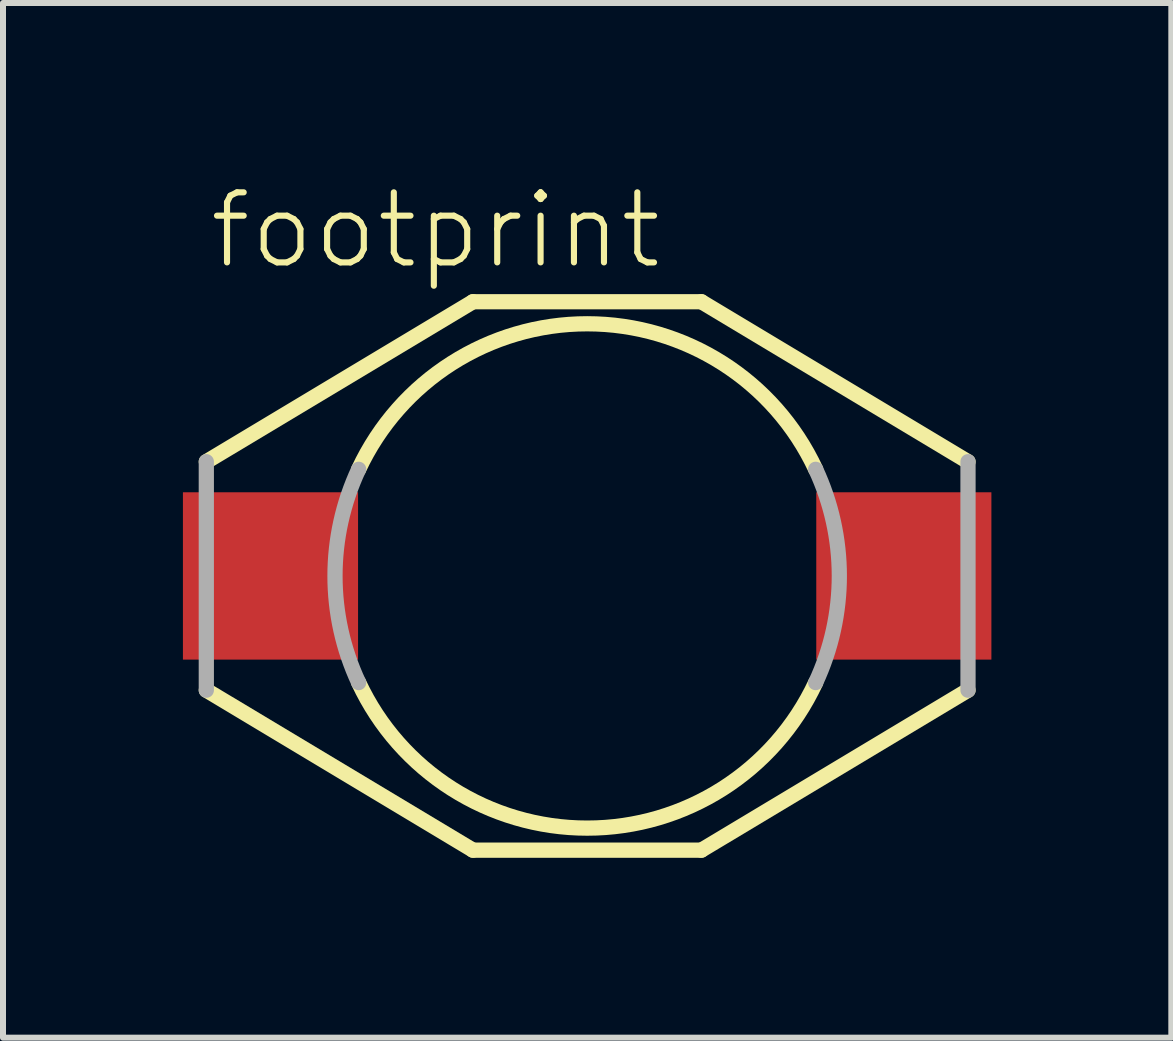
<source format=kicad_pcb>
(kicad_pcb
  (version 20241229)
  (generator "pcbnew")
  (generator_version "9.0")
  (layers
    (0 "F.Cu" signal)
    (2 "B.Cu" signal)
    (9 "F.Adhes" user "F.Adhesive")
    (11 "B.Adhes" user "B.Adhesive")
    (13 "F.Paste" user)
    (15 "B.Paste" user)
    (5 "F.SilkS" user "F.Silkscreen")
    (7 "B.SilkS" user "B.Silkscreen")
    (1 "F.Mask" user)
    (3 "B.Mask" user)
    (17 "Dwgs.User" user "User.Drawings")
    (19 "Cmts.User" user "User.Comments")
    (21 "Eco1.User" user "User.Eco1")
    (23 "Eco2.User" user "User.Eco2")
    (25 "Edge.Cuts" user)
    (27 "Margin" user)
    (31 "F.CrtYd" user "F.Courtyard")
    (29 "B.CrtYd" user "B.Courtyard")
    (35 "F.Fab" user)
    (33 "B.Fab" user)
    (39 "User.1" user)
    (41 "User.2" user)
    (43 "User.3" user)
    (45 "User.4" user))
  (footprint "footprint"
    (layer "F.Cu")
    (at 6.74 6.553)
    (property "Reference" "footprint" (at -6.35 -5.08 0) (layer "F.SilkS") (effects (font (size 1.168 1.168) (thickness 0.102)) (justify left bottom)))
    (fp_line (start -6.35 -1.905) (end -1.905 -4.572) (stroke (width 0.254) (type solid)) (layer "F.SilkS"))
    (fp_line (start -6.35 1.905) (end -1.905 4.572) (stroke (width 0.254) (type solid)) (layer "F.SilkS"))
    (fp_line (start -1.905 -4.572) (end 1.905 -4.572) (stroke (width 0.254) (type solid)) (layer "F.SilkS"))
    (fp_line (start -1.905 4.572) (end 1.905 4.572) (stroke (width 0.254) (type solid)) (layer "F.SilkS"))
    (fp_line (start 6.35 -1.905) (end 1.905 -4.572) (stroke (width 0.254) (type solid)) (layer "F.SilkS"))
    (fp_line (start 6.35 1.905) (end 1.905 4.572) (stroke (width 0.254) (type solid)) (layer "F.SilkS"))
    (fp_arc (start -3.81 -1.778) (mid 0 -4.204448) (end 3.81 -1.778) (stroke (width 0.254) (type solid)) (layer "F.SilkS"))
    (fp_arc (start 3.81 1.778) (mid 0 4.204448) (end -3.81 1.778) (stroke (width 0.254) (type solid)) (layer "F.SilkS"))
    (fp_line (start -6.35 -1.905) (end -6.35 1.905) (stroke (width 0.254) (type solid)) (layer "F.Fab"))
    (fp_line (start 6.35 -1.905) (end 6.35 1.905) (stroke (width 0.254) (type solid)) (layer "F.Fab"))
    (fp_arc (start -3.81 1.778) (mid -4.204448 0) (end -3.81 -1.778) (stroke (width 0.254) (type solid)) (layer "F.Fab"))
    (fp_arc (start 3.81 -1.778) (mid 4.204448 0) (end 3.81 1.778) (stroke (width 0.254) (type solid)) (layer "F.Fab"))
    (pad "1" smd rect (at -5.28 0) (size 2.92 2.79) (layers "F.Cu" "F.Mask" "F.Paste"))
    (pad "2" smd rect (at 5.28 0) (size 2.92 2.79) (layers "F.Cu" "F.Mask" "F.Paste")))
  (gr_rect
    (start -3 -3)
    (end 16.48 14.252)
    (stroke (width 0.1) (type default))
    (fill no)
    (layer "Edge.Cuts")))
</source>
